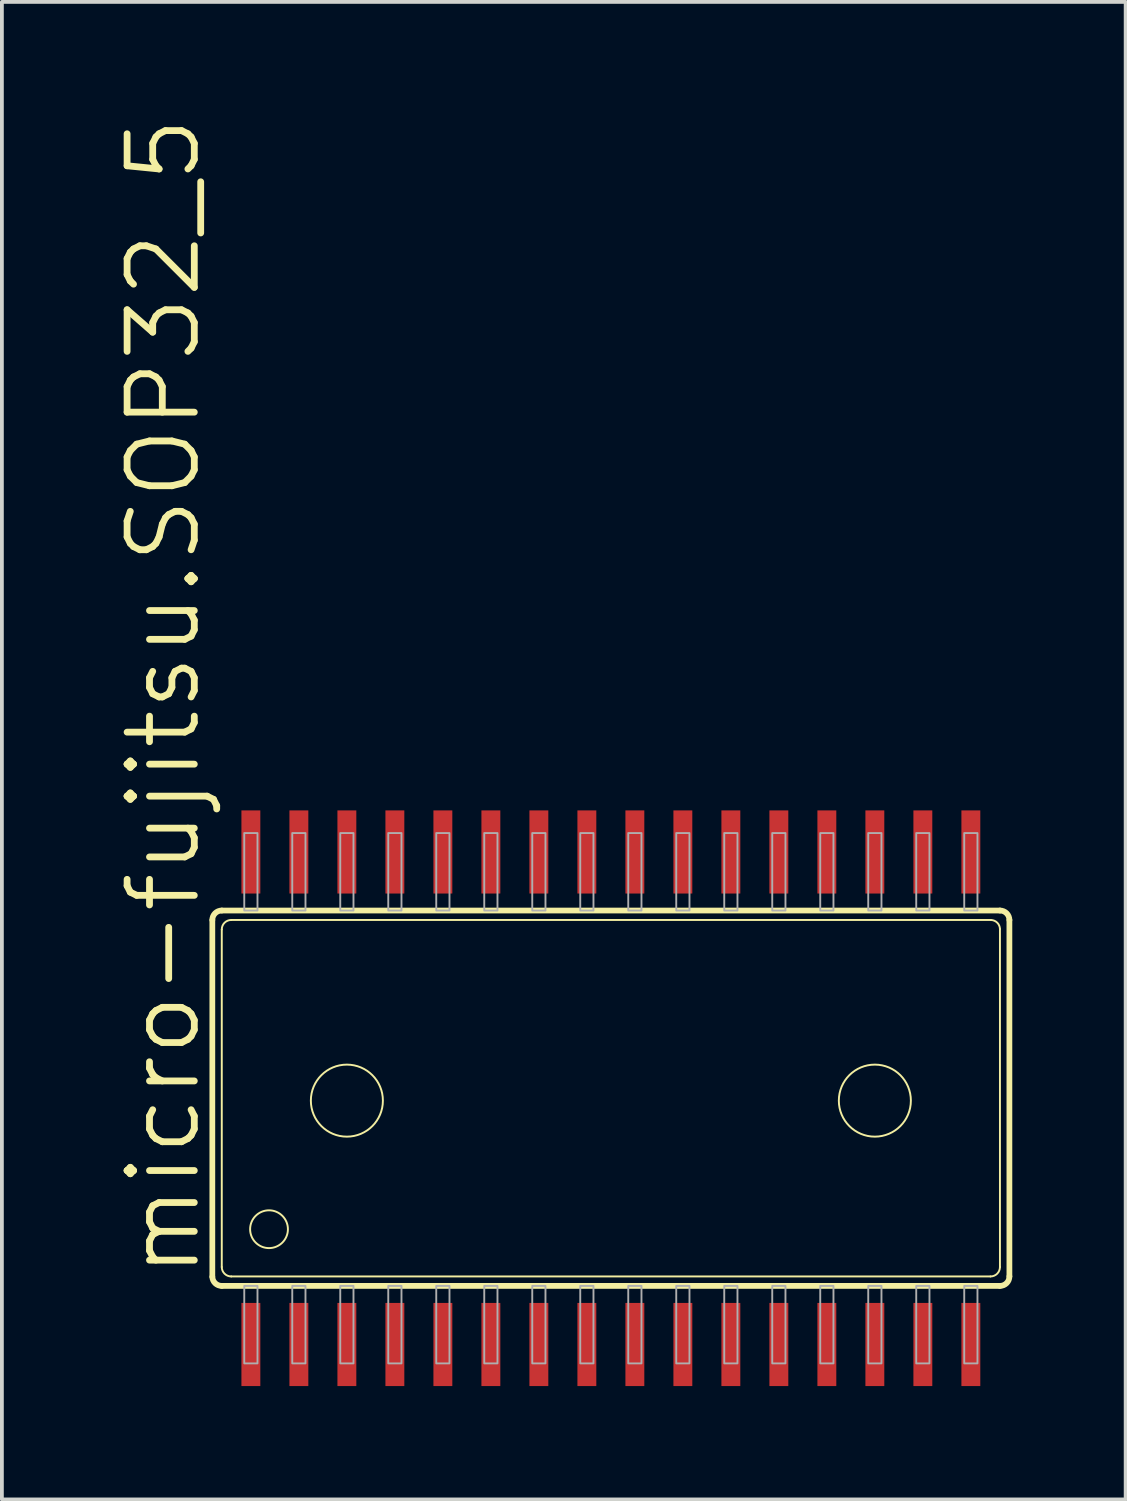
<source format=kicad_pcb>
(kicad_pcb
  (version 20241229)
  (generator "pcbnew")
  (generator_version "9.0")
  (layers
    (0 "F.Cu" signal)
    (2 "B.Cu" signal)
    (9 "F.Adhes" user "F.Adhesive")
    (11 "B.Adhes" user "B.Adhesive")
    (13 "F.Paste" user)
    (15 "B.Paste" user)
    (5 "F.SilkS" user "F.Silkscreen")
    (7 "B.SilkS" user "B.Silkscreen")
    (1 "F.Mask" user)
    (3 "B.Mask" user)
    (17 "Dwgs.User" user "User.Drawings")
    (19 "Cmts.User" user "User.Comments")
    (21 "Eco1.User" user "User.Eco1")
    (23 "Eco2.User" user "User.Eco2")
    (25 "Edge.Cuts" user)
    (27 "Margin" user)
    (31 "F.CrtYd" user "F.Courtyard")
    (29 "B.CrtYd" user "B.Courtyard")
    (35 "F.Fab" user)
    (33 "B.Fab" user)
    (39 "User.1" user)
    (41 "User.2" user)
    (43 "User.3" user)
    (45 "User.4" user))
  (footprint "micro-fujitsu.SOP32_5"
    (layer "F.Cu")
    (at 13.113 26.008)
    (property "Reference" "micro-fujitsu.SOP32_5" (at -10.795 4.826 90) (layer "F.SilkS") (effects (font (size 1.778 1.778) (thickness 0.18)) (justify left bottom)))
    (attr smd)
    (fp_line (start -10.545 4.726) (end -10.545 -4.716) (stroke (width 0.152) (type default)) (layer "F.SilkS"))
    (fp_line (start -10.296 -4.966) (end 10.295 -4.966) (stroke (width 0.152) (type default)) (layer "F.SilkS"))
    (fp_line (start -10.295 4.466) (end -10.295 -4.466) (stroke (width 0.051) (type default)) (layer "F.SilkS"))
    (fp_line (start -10.045 -4.716) (end 10.055 -4.716) (stroke (width 0.051) (type default)) (layer "F.SilkS"))
    (fp_line (start 10.045 4.716) (end -10.045 4.716) (stroke (width 0.051) (type default)) (layer "F.SilkS"))
    (fp_line (start 10.295 -4.476) (end 10.295 4.466) (stroke (width 0.051) (type default)) (layer "F.SilkS"))
    (fp_line (start 10.295 4.966) (end -10.295 4.966) (stroke (width 0.152) (type default)) (layer "F.SilkS"))
    (fp_line (start 10.545 -4.716) (end 10.545 4.716) (stroke (width 0.152) (type default)) (layer "F.SilkS"))
    (fp_arc (start -10.545 -4.716) (mid -10.471777 -4.892777) (end -10.295 -4.966) (stroke (width 0.1524) (type default)) (layer "F.SilkS"))
    (fp_arc (start -10.295 -4.466) (mid -10.221777 -4.642777) (end -10.045 -4.716) (stroke (width 0.0508) (type default)) (layer "F.SilkS"))
    (fp_arc (start -10.295 4.966) (mid -10.468333 4.896347) (end -10.545 4.726) (stroke (width 0.1524) (type default)) (layer "F.SilkS"))
    (fp_arc (start -10.045 4.716) (mid -10.221777 4.642777) (end -10.295 4.466) (stroke (width 0.0508) (type default)) (layer "F.SilkS"))
    (fp_arc (start 10.055 -4.716) (mid 10.223277 -4.644277) (end 10.295 -4.476) (stroke (width 0.0508) (type default)) (layer "F.SilkS"))
    (fp_arc (start 10.295 -4.966) (mid 10.471777 -4.892777) (end 10.545 -4.716) (stroke (width 0.1524) (type default)) (layer "F.SilkS"))
    (fp_arc (start 10.295 4.466) (mid 10.221777 4.642777) (end 10.045 4.716) (stroke (width 0.0508) (type default)) (layer "F.SilkS"))
    (fp_arc (start 10.545 4.716) (mid 10.471777 4.892777) (end 10.295 4.966) (stroke (width 0.1524) (type default)) (layer "F.SilkS"))
    (fp_circle (center -9.045 3.466) (end -8.545 3.466) (stroke (width 0.051) (type default)) (fill no) (layer "F.SilkS"))
    (fp_circle (center -6.985 0.064) (end -6.032 0.064) (stroke (width 0.051) (type default)) (fill no) (layer "F.SilkS"))
    (fp_circle (center 6.985 0.064) (end 7.938 0.064) (stroke (width 0.051) (type default)) (fill no) (layer "F.SilkS"))
    (fp_rect (start -9.7 -4.966) (end -9.35 -7.016) (stroke (width 0.05) (type default)) (fill no) (layer "F.Fab"))
    (fp_rect (start -9.7 7.016) (end -9.35 4.966) (stroke (width 0.05) (type default)) (fill no) (layer "F.Fab"))
    (fp_rect (start -8.43 -4.966) (end -8.08 -7.016) (stroke (width 0.05) (type default)) (fill no) (layer "F.Fab"))
    (fp_rect (start -8.43 7.016) (end -8.08 4.966) (stroke (width 0.05) (type default)) (fill no) (layer "F.Fab"))
    (fp_rect (start -7.16 -4.966) (end -6.81 -7.016) (stroke (width 0.05) (type default)) (fill no) (layer "F.Fab"))
    (fp_rect (start -7.16 7.016) (end -6.81 4.966) (stroke (width 0.05) (type default)) (fill no) (layer "F.Fab"))
    (fp_rect (start -5.89 -4.966) (end -5.54 -7.016) (stroke (width 0.05) (type default)) (fill no) (layer "F.Fab"))
    (fp_rect (start -5.89 7.016) (end -5.54 4.966) (stroke (width 0.05) (type default)) (fill no) (layer "F.Fab"))
    (fp_rect (start -4.62 -4.966) (end -4.27 -7.016) (stroke (width 0.05) (type default)) (fill no) (layer "F.Fab"))
    (fp_rect (start -4.62 7.016) (end -4.27 4.966) (stroke (width 0.05) (type default)) (fill no) (layer "F.Fab"))
    (fp_rect (start -3.35 -4.966) (end -3 -7.016) (stroke (width 0.05) (type default)) (fill no) (layer "F.Fab"))
    (fp_rect (start -3.35 7.016) (end -3 4.966) (stroke (width 0.05) (type default)) (fill no) (layer "F.Fab"))
    (fp_rect (start -2.08 -4.966) (end -1.73 -7.016) (stroke (width 0.05) (type default)) (fill no) (layer "F.Fab"))
    (fp_rect (start -2.08 7.016) (end -1.73 4.966) (stroke (width 0.05) (type default)) (fill no) (layer "F.Fab"))
    (fp_rect (start -0.81 -4.966) (end -0.46 -7.016) (stroke (width 0.05) (type default)) (fill no) (layer "F.Fab"))
    (fp_rect (start -0.81 7.016) (end -0.46 4.966) (stroke (width 0.05) (type default)) (fill no) (layer "F.Fab"))
    (fp_rect (start 0.46 -4.966) (end 0.81 -7.016) (stroke (width 0.05) (type default)) (fill no) (layer "F.Fab"))
    (fp_rect (start 0.46 7.016) (end 0.81 4.966) (stroke (width 0.05) (type default)) (fill no) (layer "F.Fab"))
    (fp_rect (start 1.73 -4.966) (end 2.08 -7.016) (stroke (width 0.05) (type default)) (fill no) (layer "F.Fab"))
    (fp_rect (start 1.73 7.016) (end 2.08 4.966) (stroke (width 0.05) (type default)) (fill no) (layer "F.Fab"))
    (fp_rect (start 3 -4.966) (end 3.35 -7.016) (stroke (width 0.05) (type default)) (fill no) (layer "F.Fab"))
    (fp_rect (start 3 7.016) (end 3.35 4.966) (stroke (width 0.05) (type default)) (fill no) (layer "F.Fab"))
    (fp_rect (start 4.27 -4.966) (end 4.62 -7.016) (stroke (width 0.05) (type default)) (fill no) (layer "F.Fab"))
    (fp_rect (start 4.27 7.016) (end 4.62 4.966) (stroke (width 0.05) (type default)) (fill no) (layer "F.Fab"))
    (fp_rect (start 5.54 -4.966) (end 5.89 -7.016) (stroke (width 0.05) (type default)) (fill no) (layer "F.Fab"))
    (fp_rect (start 5.54 7.016) (end 5.89 4.966) (stroke (width 0.05) (type default)) (fill no) (layer "F.Fab"))
    (fp_rect (start 6.81 -4.966) (end 7.16 -7.016) (stroke (width 0.05) (type default)) (fill no) (layer "F.Fab"))
    (fp_rect (start 6.81 7.016) (end 7.16 4.966) (stroke (width 0.05) (type default)) (fill no) (layer "F.Fab"))
    (fp_rect (start 8.08 -4.966) (end 8.43 -7.016) (stroke (width 0.05) (type default)) (fill no) (layer "F.Fab"))
    (fp_rect (start 8.08 7.016) (end 8.43 4.966) (stroke (width 0.05) (type default)) (fill no) (layer "F.Fab"))
    (fp_rect (start 9.35 -4.966) (end 9.7 -7.016) (stroke (width 0.05) (type default)) (fill no) (layer "F.Fab"))
    (fp_rect (start 9.35 7.016) (end 9.7 4.966) (stroke (width 0.05) (type default)) (fill no) (layer "F.Fab"))
    (pad "1" smd roundrect (at -9.525 6.516) (size 0.5 2.2) (layers "F.Cu" "F.Mask" "F.Paste") (roundrect_rratio 0.01))
    (pad "2" smd roundrect (at -8.255 6.516) (size 0.5 2.2) (layers "F.Cu" "F.Mask" "F.Paste") (roundrect_rratio 0.01))
    (pad "3" smd roundrect (at -6.985 6.516) (size 0.5 2.2) (layers "F.Cu" "F.Mask" "F.Paste") (roundrect_rratio 0.01))
    (pad "4" smd roundrect (at -5.715 6.516) (size 0.5 2.2) (layers "F.Cu" "F.Mask" "F.Paste") (roundrect_rratio 0.01))
    (pad "5" smd roundrect (at -4.445 6.516) (size 0.5 2.2) (layers "F.Cu" "F.Mask" "F.Paste") (roundrect_rratio 0.01))
    (pad "6" smd roundrect (at -3.175 6.516) (size 0.5 2.2) (layers "F.Cu" "F.Mask" "F.Paste") (roundrect_rratio 0.01))
    (pad "7" smd roundrect (at -1.905 6.516) (size 0.5 2.2) (layers "F.Cu" "F.Mask" "F.Paste") (roundrect_rratio 0.01))
    (pad "8" smd roundrect (at -0.635 6.516) (size 0.5 2.2) (layers "F.Cu" "F.Mask" "F.Paste") (roundrect_rratio 0.01))
    (pad "9" smd roundrect (at 0.635 6.516) (size 0.5 2.2) (layers "F.Cu" "F.Mask" "F.Paste") (roundrect_rratio 0.01))
    (pad "10" smd roundrect (at 1.905 6.516) (size 0.5 2.2) (layers "F.Cu" "F.Mask" "F.Paste") (roundrect_rratio 0.01))
    (pad "11" smd roundrect (at 3.175 6.516) (size 0.5 2.2) (layers "F.Cu" "F.Mask" "F.Paste") (roundrect_rratio 0.01))
    (pad "12" smd roundrect (at 4.445 6.516) (size 0.5 2.2) (layers "F.Cu" "F.Mask" "F.Paste") (roundrect_rratio 0.01))
    (pad "13" smd roundrect (at 5.715 6.516) (size 0.5 2.2) (layers "F.Cu" "F.Mask" "F.Paste") (roundrect_rratio 0.01))
    (pad "14" smd roundrect (at 6.985 6.516) (size 0.5 2.2) (layers "F.Cu" "F.Mask" "F.Paste") (roundrect_rratio 0.01))
    (pad "15" smd roundrect (at 8.255 6.516) (size 0.5 2.2) (layers "F.Cu" "F.Mask" "F.Paste") (roundrect_rratio 0.01))
    (pad "16" smd roundrect (at 9.525 6.516) (size 0.5 2.2) (layers "F.Cu" "F.Mask" "F.Paste") (roundrect_rratio 0.01))
    (pad "17" smd roundrect (at 9.525 -6.516) (size 0.5 2.2) (layers "F.Cu" "F.Mask" "F.Paste") (roundrect_rratio 0.01))
    (pad "18" smd roundrect (at 8.255 -6.516) (size 0.5 2.2) (layers "F.Cu" "F.Mask" "F.Paste") (roundrect_rratio 0.01))
    (pad "19" smd roundrect (at 6.985 -6.516) (size 0.5 2.2) (layers "F.Cu" "F.Mask" "F.Paste") (roundrect_rratio 0.01))
    (pad "20" smd roundrect (at 5.715 -6.516) (size 0.5 2.2) (layers "F.Cu" "F.Mask" "F.Paste") (roundrect_rratio 0.01))
    (pad "21" smd roundrect (at 4.445 -6.516) (size 0.5 2.2) (layers "F.Cu" "F.Mask" "F.Paste") (roundrect_rratio 0.01))
    (pad "22" smd roundrect (at 3.175 -6.516) (size 0.5 2.2) (layers "F.Cu" "F.Mask" "F.Paste") (roundrect_rratio 0.01))
    (pad "23" smd roundrect (at 1.905 -6.516) (size 0.5 2.2) (layers "F.Cu" "F.Mask" "F.Paste") (roundrect_rratio 0.01))
    (pad "24" smd roundrect (at 0.635 -6.516) (size 0.5 2.2) (layers "F.Cu" "F.Mask" "F.Paste") (roundrect_rratio 0.01))
    (pad "25" smd roundrect (at -0.635 -6.516) (size 0.5 2.2) (layers "F.Cu" "F.Mask" "F.Paste") (roundrect_rratio 0.01))
    (pad "26" smd roundrect (at -1.905 -6.516) (size 0.5 2.2) (layers "F.Cu" "F.Mask" "F.Paste") (roundrect_rratio 0.01))
    (pad "27" smd roundrect (at -3.175 -6.516) (size 0.5 2.2) (layers "F.Cu" "F.Mask" "F.Paste") (roundrect_rratio 0.01))
    (pad "28" smd roundrect (at -4.445 -6.516) (size 0.5 2.2) (layers "F.Cu" "F.Mask" "F.Paste") (roundrect_rratio 0.01))
    (pad "29" smd roundrect (at -5.715 -6.516) (size 0.5 2.2) (layers "F.Cu" "F.Mask" "F.Paste") (roundrect_rratio 0.01))
    (pad "30" smd roundrect (at -6.985 -6.516) (size 0.5 2.2) (layers "F.Cu" "F.Mask" "F.Paste") (roundrect_rratio 0.01))
    (pad "31" smd roundrect (at -8.255 -6.516) (size 0.5 2.2) (layers "F.Cu" "F.Mask" "F.Paste") (roundrect_rratio 0.01))
    (pad "32" smd roundrect (at -9.525 -6.516) (size 0.5 2.2) (layers "F.Cu" "F.Mask" "F.Paste") (roundrect_rratio 0.01)))
  (gr_rect
    (start -3 -3)
    (end 26.734 36.624)
    (stroke (width 0.1) (type default))
    (fill no)
    (layer "Edge.Cuts")))
</source>
